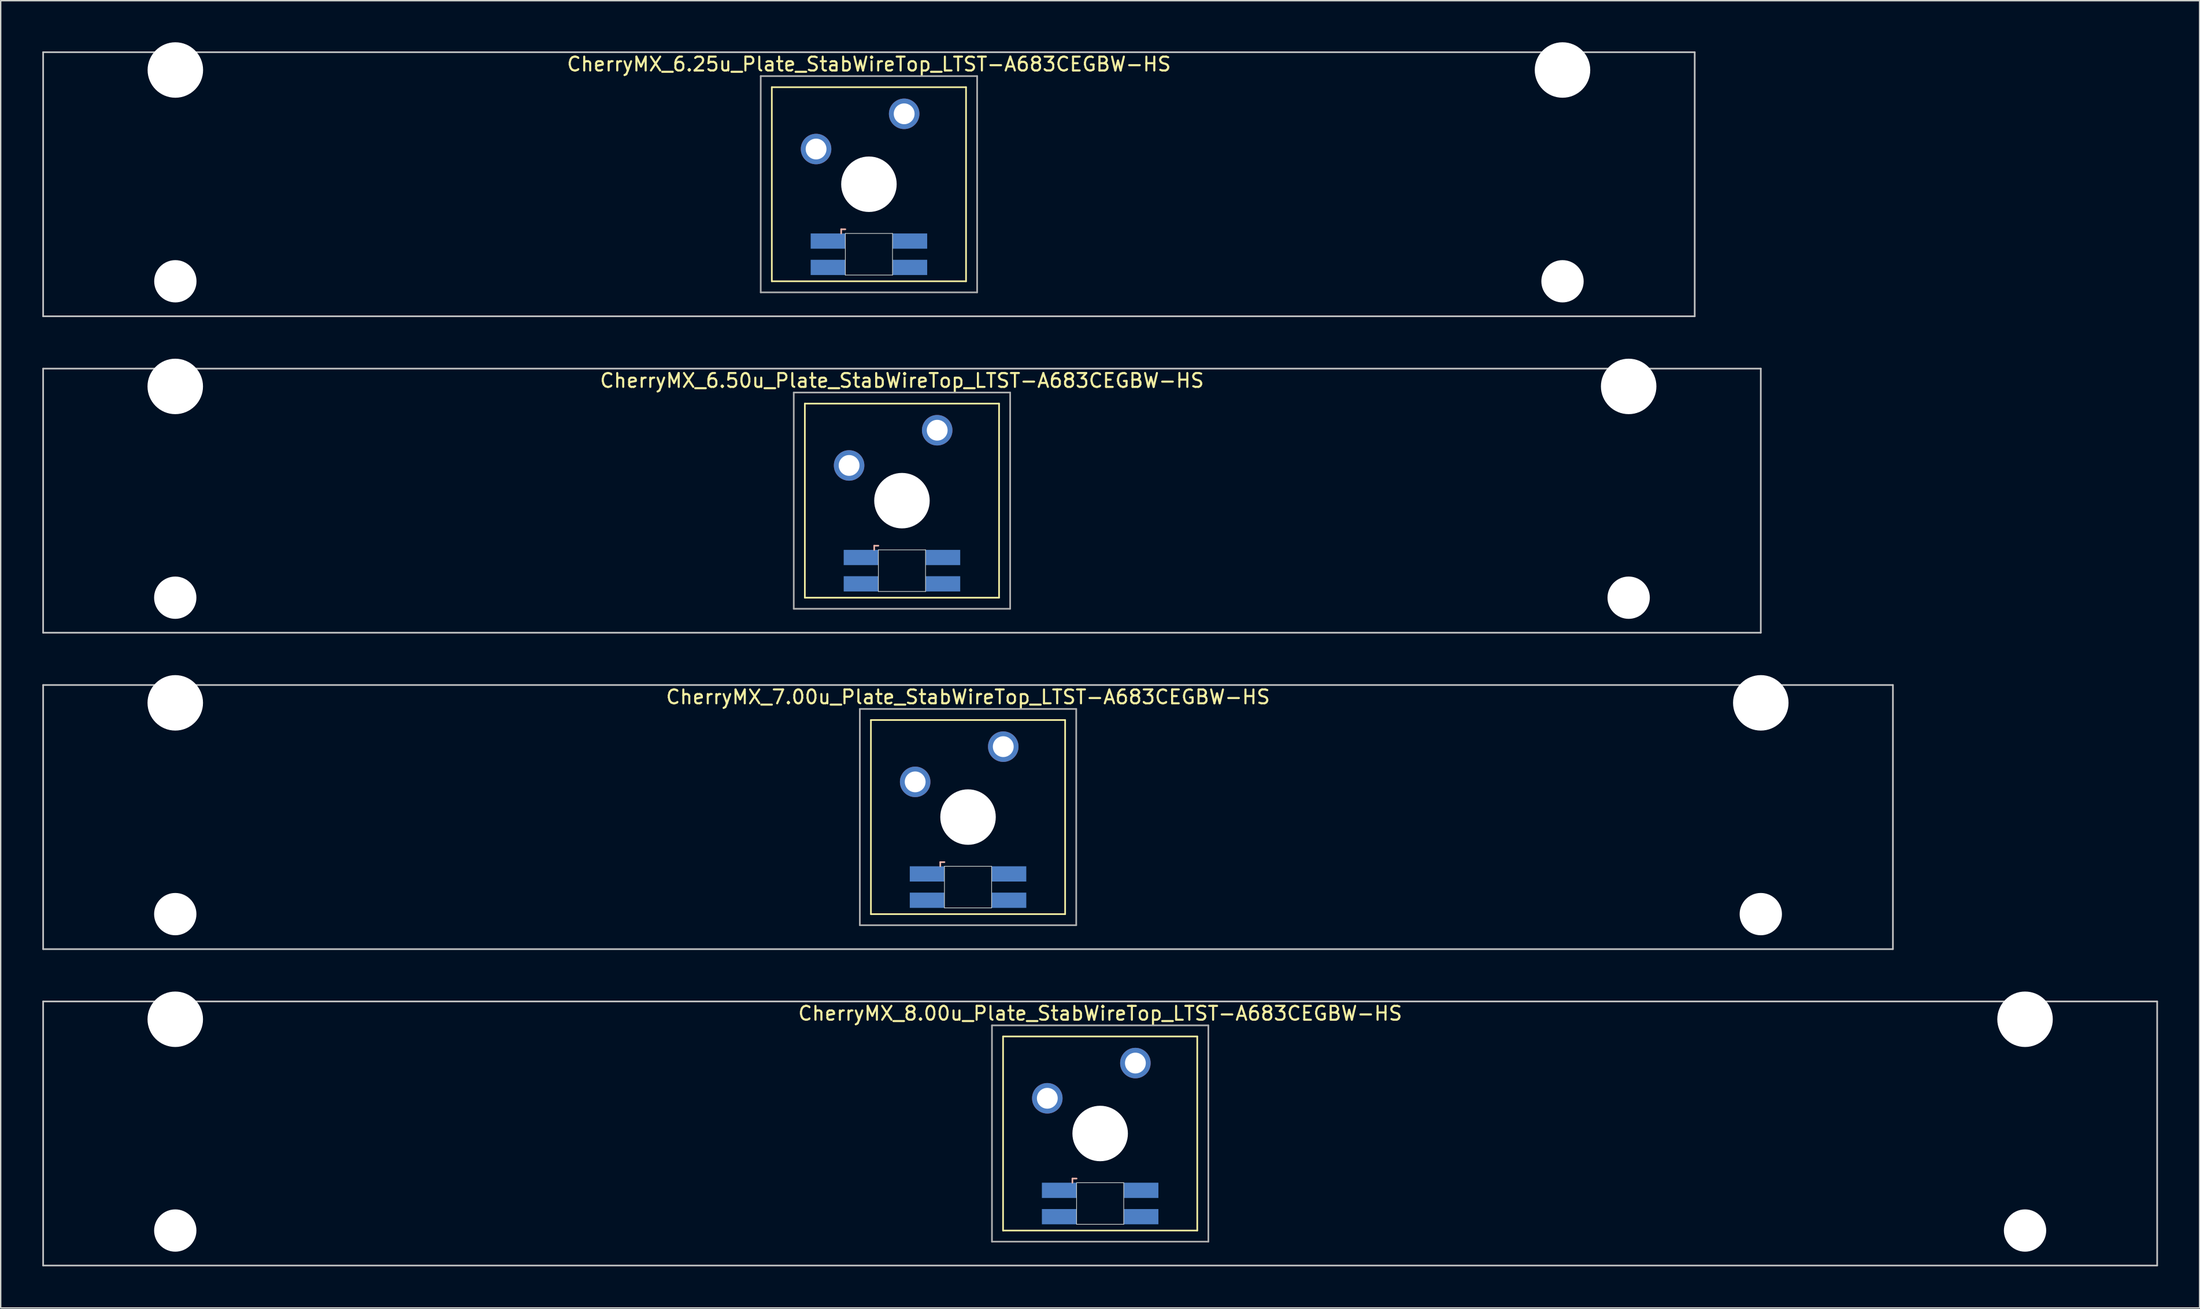
<source format=kicad_pcb>
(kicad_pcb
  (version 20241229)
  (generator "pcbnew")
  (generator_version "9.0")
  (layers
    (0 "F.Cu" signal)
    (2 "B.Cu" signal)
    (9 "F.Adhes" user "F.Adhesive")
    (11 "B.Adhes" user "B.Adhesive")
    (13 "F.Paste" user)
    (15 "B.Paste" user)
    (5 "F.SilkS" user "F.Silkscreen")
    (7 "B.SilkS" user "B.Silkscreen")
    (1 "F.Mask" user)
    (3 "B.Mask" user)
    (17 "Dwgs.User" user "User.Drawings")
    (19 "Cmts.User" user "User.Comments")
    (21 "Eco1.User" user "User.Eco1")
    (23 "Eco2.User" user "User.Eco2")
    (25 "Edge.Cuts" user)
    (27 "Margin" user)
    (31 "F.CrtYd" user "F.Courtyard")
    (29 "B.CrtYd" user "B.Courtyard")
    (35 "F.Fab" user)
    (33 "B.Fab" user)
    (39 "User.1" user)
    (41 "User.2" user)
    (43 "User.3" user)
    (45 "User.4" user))
  (footprint "CherryMX_6.25u_Plate_StabWireTop_LTST-A683CEGBW-HS"
    (layer "F.Cu")
    (at 59.591 10.24)
    (property "Reference" "CherryMX_6.25u_Plate_StabWireTop_LTST-A683CEGBW-HS" (at 0 -8.662 0) (layer "F.SilkS") (effects (font (size 1 1) (thickness 0.15))))
    (attr through_hole)
    (fp_line (start -7 -7) (end -7 7) (stroke (width 0.12) (type solid)) (layer "F.SilkS"))
    (fp_line (start -7 -7) (end 7 -7) (stroke (width 0.12) (type solid)) (layer "F.SilkS"))
    (fp_line (start 7 -7) (end 7 7) (stroke (width 0.12) (type solid)) (layer "F.SilkS"))
    (fp_line (start 7 7) (end -7 7) (stroke (width 0.12) (type solid)) (layer "F.SilkS"))
    (fp_line (start -2 3.25) (end -2 3.55) (stroke (width 0.12) (type solid)) (layer "B.SilkS"))
    (fp_line (start -1.7 3.25) (end -2 3.25) (stroke (width 0.12) (type solid)) (layer "B.SilkS"))
    (fp_line (start -59.531 -9.525) (end 59.531 -9.525) (stroke (width 0.12) (type solid)) (layer "Dwgs.User"))
    (fp_line (start -59.531 9.525) (end -59.531 -9.525) (stroke (width 0.12) (type solid)) (layer "Dwgs.User"))
    (fp_line (start 59.531 -9.525) (end 59.531 9.525) (stroke (width 0.12) (type solid)) (layer "Dwgs.User"))
    (fp_line (start 59.531 9.525) (end -59.531 9.525) (stroke (width 0.12) (type solid)) (layer "Dwgs.User"))
    (fp_line (start -1.7 3.55) (end 1.7 3.55) (stroke (width 0.05) (type solid)) (layer "Edge.Cuts"))
    (fp_line (start -1.7 6.55) (end -1.7 3.55) (stroke (width 0.05) (type solid)) (layer "Edge.Cuts"))
    (fp_line (start 1.7 3.55) (end 1.7 6.55) (stroke (width 0.05) (type solid)) (layer "Edge.Cuts"))
    (fp_line (start 1.7 6.55) (end -1.7 6.55) (stroke (width 0.05) (type solid)) (layer "Edge.Cuts"))
    (fp_line (start -7.8 -7.8) (end -7.8 7.8) (stroke (width 0.12) (type solid)) (layer "F.Fab"))
    (fp_line (start -7.8 -7.8) (end 7.8 -7.8) (stroke (width 0.12) (type solid)) (layer "F.Fab"))
    (fp_line (start -7.8 7.8) (end 7.8 7.8) (stroke (width 0.12) (type solid)) (layer "F.Fab"))
    (fp_line (start 7.8 -7.8) (end 7.8 7.8) (stroke (width 0.12) (type solid)) (layer "F.Fab"))
    (pad "" np_thru_hole circle (at -50 -8.24) (size 4 4) (drill 4) (layers "*.Cu" "*.Mask"))
    (pad "" np_thru_hole circle (at -50 7) (size 3.05 3.05) (drill 3.05) (layers "*.Cu" "*.Mask"))
    (pad "" np_thru_hole circle (at 0 0) (size 4 4) (drill 4) (layers "*.Cu" "*.Mask"))
    (pad "" np_thru_hole circle (at 50 -8.24) (size 4 4) (drill 4) (layers "*.Cu" "*.Mask"))
    (pad "" np_thru_hole circle (at 50 7) (size 3.05 3.05) (drill 3.05) (layers "*.Cu" "*.Mask"))
    (pad "1" thru_hole circle (at -3.81 -2.54) (size 2.2 2.2) (drill 1.5) (layers "*.Cu" "*.Mask"))
    (pad "2" thru_hole circle (at 2.54 -5.08) (size 2.2 2.2) (drill 1.5) (layers "*.Cu" "*.Mask"))
    (pad "3" smd rect (at -2.95 4.1) (size 2.5 1.1) (layers "B.Cu" "B.Mask" "B.Paste"))
    (pad "4" smd rect (at -2.95 6) (size 2.5 1.1) (layers "B.Cu" "B.Mask" "B.Paste"))
    (pad "5" smd rect (at 2.95 4.1) (size 2.5 1.1) (layers "B.Cu" "B.Mask" "B.Paste"))
    (pad "6" smd rect (at 2.95 6) (size 2.5 1.1) (layers "B.Cu" "B.Mask" "B.Paste")))
  (footprint "CherryMX_6.50u_Plate_StabWireTop_LTST-A683CEGBW-HS"
    (layer "F.Cu")
    (at 61.972 33.065)
    (property "Reference" "CherryMX_6.50u_Plate_StabWireTop_LTST-A683CEGBW-HS" (at 0 -8.662 0) (layer "F.SilkS") (effects (font (size 1 1) (thickness 0.15))))
    (attr through_hole)
    (fp_line (start -7 -7) (end -7 7) (stroke (width 0.12) (type solid)) (layer "F.SilkS"))
    (fp_line (start -7 -7) (end 7 -7) (stroke (width 0.12) (type solid)) (layer "F.SilkS"))
    (fp_line (start 7 -7) (end 7 7) (stroke (width 0.12) (type solid)) (layer "F.SilkS"))
    (fp_line (start 7 7) (end -7 7) (stroke (width 0.12) (type solid)) (layer "F.SilkS"))
    (fp_line (start -2 3.25) (end -2 3.55) (stroke (width 0.12) (type solid)) (layer "B.SilkS"))
    (fp_line (start -1.7 3.25) (end -2 3.25) (stroke (width 0.12) (type solid)) (layer "B.SilkS"))
    (fp_line (start -61.913 -9.525) (end 61.913 -9.525) (stroke (width 0.12) (type solid)) (layer "Dwgs.User"))
    (fp_line (start -61.913 9.525) (end -61.913 -9.525) (stroke (width 0.12) (type solid)) (layer "Dwgs.User"))
    (fp_line (start 61.913 -9.525) (end 61.913 9.525) (stroke (width 0.12) (type solid)) (layer "Dwgs.User"))
    (fp_line (start 61.913 9.525) (end -61.913 9.525) (stroke (width 0.12) (type solid)) (layer "Dwgs.User"))
    (fp_line (start -1.7 3.55) (end 1.7 3.55) (stroke (width 0.05) (type solid)) (layer "Edge.Cuts"))
    (fp_line (start -1.7 6.55) (end -1.7 3.55) (stroke (width 0.05) (type solid)) (layer "Edge.Cuts"))
    (fp_line (start 1.7 3.55) (end 1.7 6.55) (stroke (width 0.05) (type solid)) (layer "Edge.Cuts"))
    (fp_line (start 1.7 6.55) (end -1.7 6.55) (stroke (width 0.05) (type solid)) (layer "Edge.Cuts"))
    (fp_line (start -7.8 -7.8) (end -7.8 7.8) (stroke (width 0.12) (type solid)) (layer "F.Fab"))
    (fp_line (start -7.8 -7.8) (end 7.8 -7.8) (stroke (width 0.12) (type solid)) (layer "F.Fab"))
    (fp_line (start -7.8 7.8) (end 7.8 7.8) (stroke (width 0.12) (type solid)) (layer "F.Fab"))
    (fp_line (start 7.8 -7.8) (end 7.8 7.8) (stroke (width 0.12) (type solid)) (layer "F.Fab"))
    (pad "" np_thru_hole circle (at -52.388 -8.24) (size 4 4) (drill 4) (layers "*.Cu" "*.Mask"))
    (pad "" np_thru_hole circle (at -52.388 7) (size 3.05 3.05) (drill 3.05) (layers "*.Cu" "*.Mask"))
    (pad "" np_thru_hole circle (at 0 0) (size 4 4) (drill 4) (layers "*.Cu" "*.Mask"))
    (pad "" np_thru_hole circle (at 52.388 -8.24) (size 4 4) (drill 4) (layers "*.Cu" "*.Mask"))
    (pad "" np_thru_hole circle (at 52.388 7) (size 3.05 3.05) (drill 3.05) (layers "*.Cu" "*.Mask"))
    (pad "1" thru_hole circle (at -3.81 -2.54) (size 2.2 2.2) (drill 1.5) (layers "*.Cu" "*.Mask"))
    (pad "2" thru_hole circle (at 2.54 -5.08) (size 2.2 2.2) (drill 1.5) (layers "*.Cu" "*.Mask"))
    (pad "3" smd rect (at -2.95 4.1) (size 2.5 1.1) (layers "B.Cu" "B.Mask" "B.Paste"))
    (pad "4" smd rect (at -2.95 6) (size 2.5 1.1) (layers "B.Cu" "B.Mask" "B.Paste"))
    (pad "5" smd rect (at 2.95 4.1) (size 2.5 1.1) (layers "B.Cu" "B.Mask" "B.Paste"))
    (pad "6" smd rect (at 2.95 6) (size 2.5 1.1) (layers "B.Cu" "B.Mask" "B.Paste")))
  (footprint "CherryMX_7.00u_Plate_StabWireTop_LTST-A683CEGBW-HS"
    (layer "F.Cu")
    (at 66.735 55.89)
    (property "Reference" "CherryMX_7.00u_Plate_StabWireTop_LTST-A683CEGBW-HS" (at 0 -8.662 0) (layer "F.SilkS") (effects (font (size 1 1) (thickness 0.15))))
    (attr through_hole)
    (fp_line (start -7 -7) (end -7 7) (stroke (width 0.12) (type solid)) (layer "F.SilkS"))
    (fp_line (start -7 -7) (end 7 -7) (stroke (width 0.12) (type solid)) (layer "F.SilkS"))
    (fp_line (start 7 -7) (end 7 7) (stroke (width 0.12) (type solid)) (layer "F.SilkS"))
    (fp_line (start 7 7) (end -7 7) (stroke (width 0.12) (type solid)) (layer "F.SilkS"))
    (fp_line (start -2 3.25) (end -2 3.55) (stroke (width 0.12) (type solid)) (layer "B.SilkS"))
    (fp_line (start -1.7 3.25) (end -2 3.25) (stroke (width 0.12) (type solid)) (layer "B.SilkS"))
    (fp_line (start -66.675 -9.525) (end 66.675 -9.525) (stroke (width 0.12) (type solid)) (layer "Dwgs.User"))
    (fp_line (start -66.675 9.525) (end -66.675 -9.525) (stroke (width 0.12) (type solid)) (layer "Dwgs.User"))
    (fp_line (start 66.675 -9.525) (end 66.675 9.525) (stroke (width 0.12) (type solid)) (layer "Dwgs.User"))
    (fp_line (start 66.675 9.525) (end -66.675 9.525) (stroke (width 0.12) (type solid)) (layer "Dwgs.User"))
    (fp_line (start -1.7 3.55) (end 1.7 3.55) (stroke (width 0.05) (type solid)) (layer "Edge.Cuts"))
    (fp_line (start -1.7 6.55) (end -1.7 3.55) (stroke (width 0.05) (type solid)) (layer "Edge.Cuts"))
    (fp_line (start 1.7 3.55) (end 1.7 6.55) (stroke (width 0.05) (type solid)) (layer "Edge.Cuts"))
    (fp_line (start 1.7 6.55) (end -1.7 6.55) (stroke (width 0.05) (type solid)) (layer "Edge.Cuts"))
    (fp_line (start -7.8 -7.8) (end -7.8 7.8) (stroke (width 0.12) (type solid)) (layer "F.Fab"))
    (fp_line (start -7.8 -7.8) (end 7.8 -7.8) (stroke (width 0.12) (type solid)) (layer "F.Fab"))
    (fp_line (start -7.8 7.8) (end 7.8 7.8) (stroke (width 0.12) (type solid)) (layer "F.Fab"))
    (fp_line (start 7.8 -7.8) (end 7.8 7.8) (stroke (width 0.12) (type solid)) (layer "F.Fab"))
    (pad "" np_thru_hole circle (at -57.15 -8.24) (size 4 4) (drill 4) (layers "*.Cu" "*.Mask"))
    (pad "" np_thru_hole circle (at -57.15 7) (size 3.05 3.05) (drill 3.05) (layers "*.Cu" "*.Mask"))
    (pad "" np_thru_hole circle (at 0 0) (size 4 4) (drill 4) (layers "*.Cu" "*.Mask"))
    (pad "" np_thru_hole circle (at 57.15 -8.24) (size 4 4) (drill 4) (layers "*.Cu" "*.Mask"))
    (pad "" np_thru_hole circle (at 57.15 7) (size 3.05 3.05) (drill 3.05) (layers "*.Cu" "*.Mask"))
    (pad "1" thru_hole circle (at -3.81 -2.54) (size 2.2 2.2) (drill 1.5) (layers "*.Cu" "*.Mask"))
    (pad "2" thru_hole circle (at 2.54 -5.08) (size 2.2 2.2) (drill 1.5) (layers "*.Cu" "*.Mask"))
    (pad "3" smd rect (at -2.95 4.1) (size 2.5 1.1) (layers "B.Cu" "B.Mask" "B.Paste"))
    (pad "4" smd rect (at -2.95 6) (size 2.5 1.1) (layers "B.Cu" "B.Mask" "B.Paste"))
    (pad "5" smd rect (at 2.95 4.1) (size 2.5 1.1) (layers "B.Cu" "B.Mask" "B.Paste"))
    (pad "6" smd rect (at 2.95 6) (size 2.5 1.1) (layers "B.Cu" "B.Mask" "B.Paste")))
  (footprint "CherryMX_8.00u_Plate_StabWireTop_LTST-A683CEGBW-HS"
    (layer "F.Cu")
    (at 76.26 78.715)
    (property "Reference" "CherryMX_8.00u_Plate_StabWireTop_LTST-A683CEGBW-HS" (at 0 -8.662 0) (layer "F.SilkS") (effects (font (size 1 1) (thickness 0.15))))
    (attr through_hole)
    (fp_line (start -7 -7) (end -7 7) (stroke (width 0.12) (type solid)) (layer "F.SilkS"))
    (fp_line (start -7 -7) (end 7 -7) (stroke (width 0.12) (type solid)) (layer "F.SilkS"))
    (fp_line (start 7 -7) (end 7 7) (stroke (width 0.12) (type solid)) (layer "F.SilkS"))
    (fp_line (start 7 7) (end -7 7) (stroke (width 0.12) (type solid)) (layer "F.SilkS"))
    (fp_line (start -2 3.25) (end -2 3.55) (stroke (width 0.12) (type solid)) (layer "B.SilkS"))
    (fp_line (start -1.7 3.25) (end -2 3.25) (stroke (width 0.12) (type solid)) (layer "B.SilkS"))
    (fp_line (start -76.2 -9.525) (end 76.2 -9.525) (stroke (width 0.12) (type solid)) (layer "Dwgs.User"))
    (fp_line (start -76.2 9.525) (end -76.2 -9.525) (stroke (width 0.12) (type solid)) (layer "Dwgs.User"))
    (fp_line (start 76.2 -9.525) (end 76.2 9.525) (stroke (width 0.12) (type solid)) (layer "Dwgs.User"))
    (fp_line (start 76.2 9.525) (end -76.2 9.525) (stroke (width 0.12) (type solid)) (layer "Dwgs.User"))
    (fp_line (start -1.7 3.55) (end 1.7 3.55) (stroke (width 0.05) (type solid)) (layer "Edge.Cuts"))
    (fp_line (start -1.7 6.55) (end -1.7 3.55) (stroke (width 0.05) (type solid)) (layer "Edge.Cuts"))
    (fp_line (start 1.7 3.55) (end 1.7 6.55) (stroke (width 0.05) (type solid)) (layer "Edge.Cuts"))
    (fp_line (start 1.7 6.55) (end -1.7 6.55) (stroke (width 0.05) (type solid)) (layer "Edge.Cuts"))
    (fp_line (start -7.8 -7.8) (end -7.8 7.8) (stroke (width 0.12) (type solid)) (layer "F.Fab"))
    (fp_line (start -7.8 -7.8) (end 7.8 -7.8) (stroke (width 0.12) (type solid)) (layer "F.Fab"))
    (fp_line (start -7.8 7.8) (end 7.8 7.8) (stroke (width 0.12) (type solid)) (layer "F.Fab"))
    (fp_line (start 7.8 -7.8) (end 7.8 7.8) (stroke (width 0.12) (type solid)) (layer "F.Fab"))
    (pad "" np_thru_hole circle (at -66.675 -8.24) (size 4 4) (drill 4) (layers "*.Cu" "*.Mask"))
    (pad "" np_thru_hole circle (at -66.675 7) (size 3.05 3.05) (drill 3.05) (layers "*.Cu" "*.Mask"))
    (pad "" np_thru_hole circle (at 0 0) (size 4 4) (drill 4) (layers "*.Cu" "*.Mask"))
    (pad "" np_thru_hole circle (at 66.675 -8.24) (size 4 4) (drill 4) (layers "*.Cu" "*.Mask"))
    (pad "" np_thru_hole circle (at 66.675 7) (size 3.05 3.05) (drill 3.05) (layers "*.Cu" "*.Mask"))
    (pad "1" thru_hole circle (at -3.81 -2.54) (size 2.2 2.2) (drill 1.5) (layers "*.Cu" "*.Mask"))
    (pad "2" thru_hole circle (at 2.54 -5.08) (size 2.2 2.2) (drill 1.5) (layers "*.Cu" "*.Mask"))
    (pad "3" smd rect (at -2.95 4.1) (size 2.5 1.1) (layers "B.Cu" "B.Mask" "B.Paste"))
    (pad "4" smd rect (at -2.95 6) (size 2.5 1.1) (layers "B.Cu" "B.Mask" "B.Paste"))
    (pad "5" smd rect (at 2.95 4.1) (size 2.5 1.1) (layers "B.Cu" "B.Mask" "B.Paste"))
    (pad "6" smd rect (at 2.95 6) (size 2.5 1.1) (layers "B.Cu" "B.Mask" "B.Paste")))
  (gr_rect
    (start -3 -3)
    (end 155.52 91.3)
    (stroke (width 0.1) (type default))
    (fill no)
    (layer "Edge.Cuts")))
</source>
